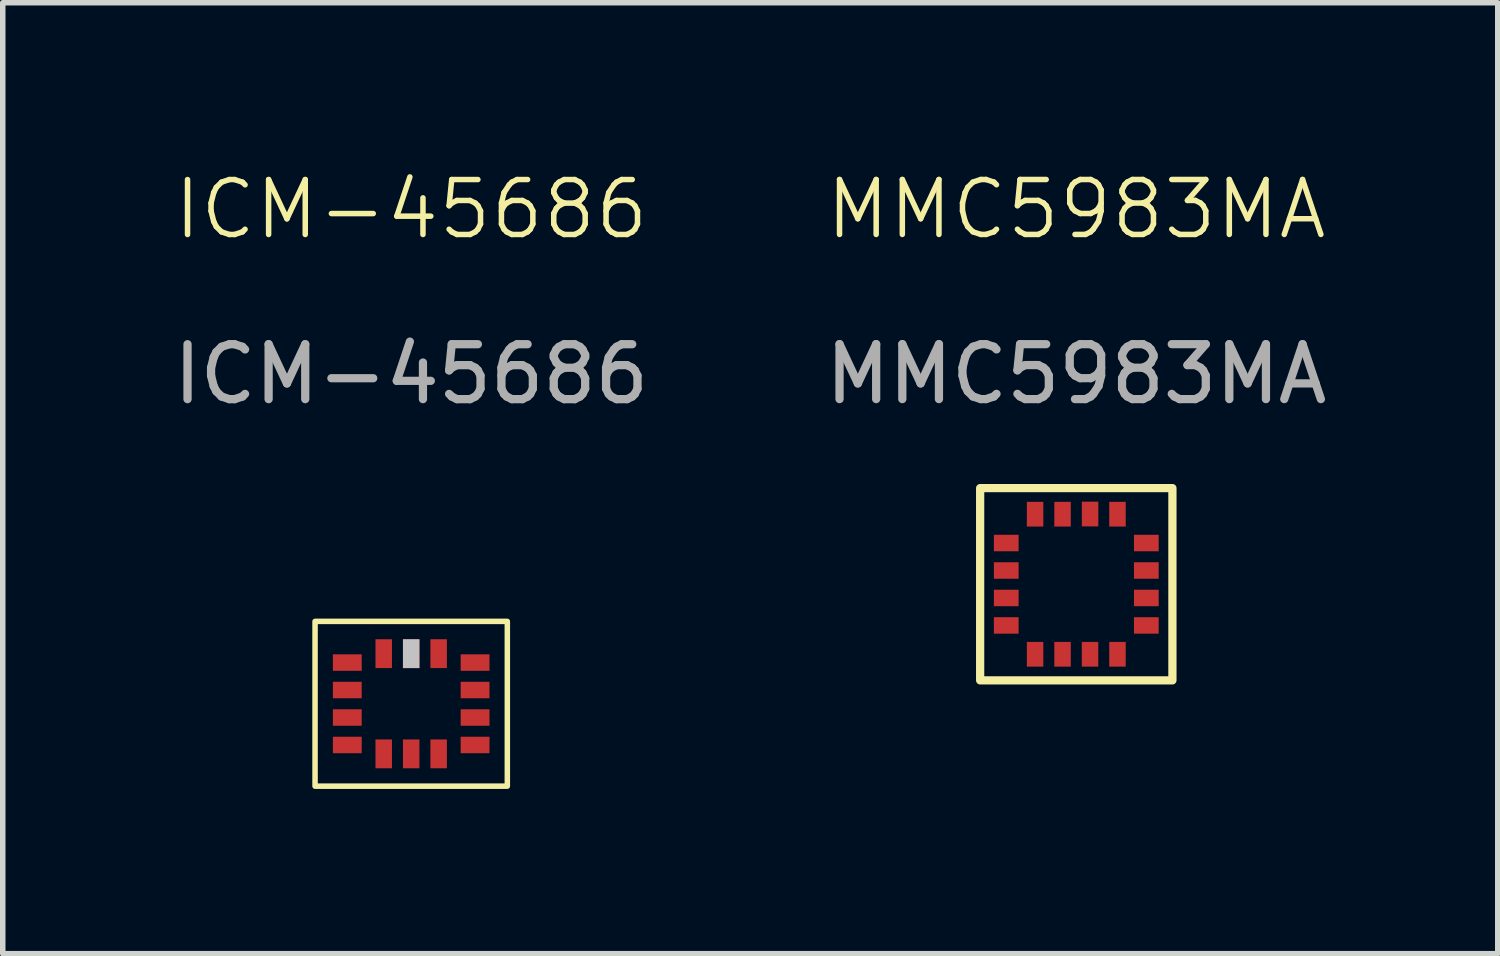
<source format=kicad_pcb>
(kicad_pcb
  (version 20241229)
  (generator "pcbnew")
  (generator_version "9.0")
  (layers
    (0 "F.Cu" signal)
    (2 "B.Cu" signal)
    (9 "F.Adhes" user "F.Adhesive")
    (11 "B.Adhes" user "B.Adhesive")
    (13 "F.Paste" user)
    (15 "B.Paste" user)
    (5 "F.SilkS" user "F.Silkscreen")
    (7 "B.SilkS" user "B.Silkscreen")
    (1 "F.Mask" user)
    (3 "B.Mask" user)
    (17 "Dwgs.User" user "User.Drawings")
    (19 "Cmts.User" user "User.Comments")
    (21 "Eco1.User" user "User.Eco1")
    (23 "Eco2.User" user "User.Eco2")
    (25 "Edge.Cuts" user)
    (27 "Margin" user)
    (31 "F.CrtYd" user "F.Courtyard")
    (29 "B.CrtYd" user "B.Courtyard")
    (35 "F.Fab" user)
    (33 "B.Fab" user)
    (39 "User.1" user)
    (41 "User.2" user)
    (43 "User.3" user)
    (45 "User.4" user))
  (footprint "ICM-45686"
    (layer "F.Cu")
    (at 4.435 9.761)
    (property "Reference" "ICM-45686" (at 0 -9 0) (unlocked yes) (layer "F.SilkS") (effects (font (size 1 1) (thickness 0.1))))
    (attr smd)
    (fp_rect (start -1.75 -1.5) (end 1.75 1.5) (stroke (width 0.1) (type default)) (fill no) (layer "F.SilkS"))
    (fp_text user "${REFERENCE}" (at 0 -6 0) (unlocked yes) (layer "F.Fab") (effects (font (size 1 1) (thickness 0.15))))
    (pad "1" smd rect (at -1.163 -0.75 270) (size 0.3 0.525) (layers "F.Cu" "F.Mask" "F.Paste"))
    (pad "2" smd rect (at -1.163 -0.25 270) (size 0.3 0.525) (layers "F.Cu" "F.Mask" "F.Paste"))
    (pad "3" smd rect (at -1.163 0.25 90) (size 0.3 0.525) (layers "F.Cu" "F.Mask" "F.Paste"))
    (pad "4" smd rect (at -1.163 0.75 90) (size 0.3 0.525) (layers "F.Cu" "F.Mask" "F.Paste"))
    (pad "5" smd rect (at -0.5 0.912) (size 0.3 0.525) (layers "F.Cu" "F.Mask" "F.Paste"))
    (pad "6" smd rect (at 0 0.912) (size 0.3 0.525) (layers "F.Cu" "F.Mask" "F.Paste"))
    (pad "7" smd rect (at 0.5 0.912) (size 0.3 0.525) (layers "F.Cu" "F.Mask" "F.Paste"))
    (pad "8" smd rect (at 1.163 0.75 270) (size 0.3 0.525) (layers "F.Cu" "F.Mask" "F.Paste"))
    (pad "9" smd rect (at 1.163 0.25 90) (size 0.3 0.525) (layers "F.Cu" "F.Mask" "F.Paste"))
    (pad "10" smd rect (at 1.163 -0.25 90) (size 0.3 0.525) (layers "F.Cu" "F.Mask" "F.Paste"))
    (pad "11" smd rect (at 1.163 -0.75 90) (size 0.3 0.525) (layers "F.Cu" "F.Mask" "F.Paste"))
    (pad "12" smd rect (at 0.5 -0.912) (size 0.3 0.525) (layers "F.Cu" "F.Mask" "F.Paste"))
    (pad "13" smd rect (at 0 -0.912) (size 0.3 0.525) (layers "F.Cu" "F.Mask" "F.Paste" "Dwgs.User"))
    (pad "14" smd rect (at -0.5 -0.912) (size 0.3 0.525) (layers "F.Cu" "F.Mask" "F.Paste")))
  (footprint "MMC5983MA"
    (layer "F.Cu")
    (at 16.542 7.585)
    (property "Reference" "MMC5983MA" (at 0 -6.825 0) (unlocked yes) (layer "F.SilkS") (effects (font (size 1 1) (thickness 0.1))))
    (attr smd)
    (fp_rect (start -1.75 -1.75) (end 1.75 1.75) (stroke (width 0.15) (type solid)) (fill no) (layer "F.SilkS"))
    (fp_text user "MMC5983MA" (at 0 -3.825 0) (unlocked yes) (layer "F.Fab") (effects (font (size 1 1) (thickness 0.15))))
    (pad "1" smd rect (at 0.75 -1.275 90) (size 0.45 0.3) (layers "F.Cu" "F.Mask" "F.Paste"))
    (pad "2" smd rect (at 0.251 -1.278 90) (size 0.45 0.3) (layers "F.Cu" "F.Mask" "F.Paste"))
    (pad "3" smd rect (at -0.25 -1.275 90) (size 0.45 0.3) (layers "F.Cu" "F.Mask" "F.Paste"))
    (pad "4" smd rect (at -0.75 -1.275 90) (size 0.45 0.3) (layers "F.Cu" "F.Mask" "F.Paste"))
    (pad "5" smd rect (at -1.275 -0.75) (size 0.45 0.3) (layers "F.Cu" "F.Mask" "F.Paste"))
    (pad "6" smd rect (at -1.275 -0.25) (size 0.45 0.3) (layers "F.Cu" "F.Mask" "F.Paste"))
    (pad "7" smd rect (at -1.275 0.25) (size 0.45 0.3) (layers "F.Cu" "F.Mask" "F.Paste"))
    (pad "8" smd rect (at -1.275 0.75) (size 0.45 0.3) (layers "F.Cu" "F.Mask" "F.Paste"))
    (pad "9" smd rect (at -0.75 1.275 90) (size 0.45 0.3) (layers "F.Cu" "F.Mask" "F.Paste"))
    (pad "10" smd rect (at -0.25 1.275 90) (size 0.45 0.3) (layers "F.Cu" "F.Mask" "F.Paste"))
    (pad "11" smd rect (at 0.25 1.275 90) (size 0.45 0.3) (layers "F.Cu" "F.Mask" "F.Paste"))
    (pad "12" smd rect (at 0.75 1.275 90) (size 0.45 0.3) (layers "F.Cu" "F.Mask" "F.Paste"))
    (pad "13" smd rect (at 1.275 0.75) (size 0.45 0.3) (layers "F.Cu" "F.Mask" "F.Paste"))
    (pad "14" smd rect (at 1.275 0.25) (size 0.45 0.3) (layers "F.Cu" "F.Mask" "F.Paste"))
    (pad "15" smd rect (at 1.275 -0.25) (size 0.45 0.3) (layers "F.Cu" "F.Mask" "F.Paste"))
    (pad "16" smd rect (at 1.275 -0.75) (size 0.45 0.3) (layers "F.Cu" "F.Mask" "F.Paste")))
  (gr_rect
    (start -3 -3)
    (end 24.214 14.31)
    (stroke (width 0.1) (type default))
    (fill no)
    (layer "Edge.Cuts")))
</source>
